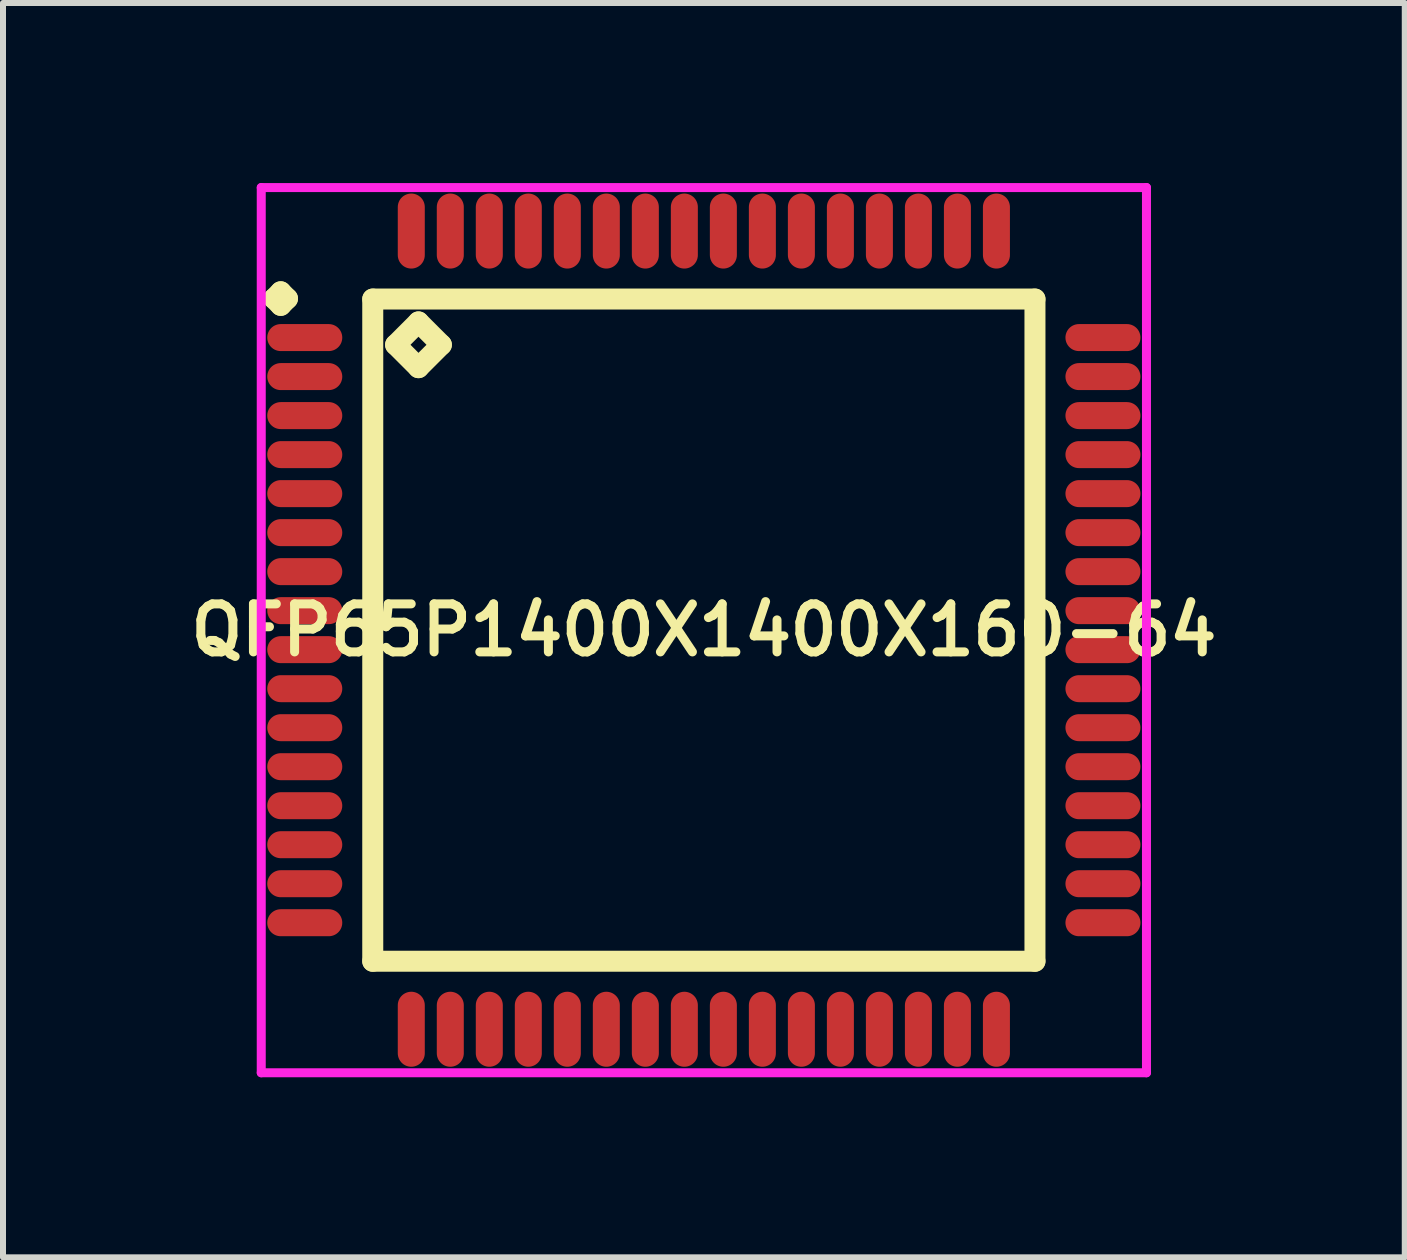
<source format=kicad_pcb>
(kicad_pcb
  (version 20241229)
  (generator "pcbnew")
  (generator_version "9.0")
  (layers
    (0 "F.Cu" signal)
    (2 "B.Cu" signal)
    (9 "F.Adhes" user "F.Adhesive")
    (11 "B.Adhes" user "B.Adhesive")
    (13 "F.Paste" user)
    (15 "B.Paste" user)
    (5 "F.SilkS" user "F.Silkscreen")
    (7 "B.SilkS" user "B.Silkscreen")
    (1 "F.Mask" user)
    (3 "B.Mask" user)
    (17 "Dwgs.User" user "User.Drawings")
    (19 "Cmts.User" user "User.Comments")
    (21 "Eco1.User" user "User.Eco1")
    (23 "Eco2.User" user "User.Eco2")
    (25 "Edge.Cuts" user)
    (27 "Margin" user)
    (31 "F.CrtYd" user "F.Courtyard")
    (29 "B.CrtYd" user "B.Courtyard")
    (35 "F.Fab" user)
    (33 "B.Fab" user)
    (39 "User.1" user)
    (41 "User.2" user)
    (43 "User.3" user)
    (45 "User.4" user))
  (footprint "QFP65P1400X1400X160-64"
    (layer "F.Cu")
    (at 8.678 7.45)
    (property "Reference" "QFP65P1400X1400X160-64" (at 0 0 0) (layer "F.SilkS") (effects (font (size 0.8 0.8) (thickness 0.15))))
    (attr smd)
    (fp_line (start -7.162 -5.525) (end -7.05 -5.638) (stroke (width 0.35) (type solid)) (layer "F.SilkS"))
    (fp_line (start -7.05 -5.638) (end -6.938 -5.525) (stroke (width 0.35) (type solid)) (layer "F.SilkS"))
    (fp_line (start -7.05 -5.412) (end -7.162 -5.525) (stroke (width 0.35) (type solid)) (layer "F.SilkS"))
    (fp_line (start -6.938 -5.525) (end -7.05 -5.412) (stroke (width 0.35) (type solid)) (layer "F.SilkS"))
    (fp_line (start -5.517 -5.517) (end -5.517 5.517) (stroke (width 0.35) (type solid)) (layer "F.SilkS"))
    (fp_line (start -5.517 5.517) (end 5.517 5.517) (stroke (width 0.35) (type solid)) (layer "F.SilkS"))
    (fp_line (start -5.136 -4.755) (end -4.755 -5.136) (stroke (width 0.35) (type solid)) (layer "F.SilkS"))
    (fp_line (start -4.755 -5.136) (end -4.374 -4.755) (stroke (width 0.35) (type solid)) (layer "F.SilkS"))
    (fp_line (start -4.755 -4.374) (end -5.136 -4.755) (stroke (width 0.35) (type solid)) (layer "F.SilkS"))
    (fp_line (start -4.374 -4.755) (end -4.755 -4.374) (stroke (width 0.35) (type solid)) (layer "F.SilkS"))
    (fp_line (start 5.517 -5.517) (end -5.517 -5.517) (stroke (width 0.35) (type solid)) (layer "F.SilkS"))
    (fp_line (start 5.517 5.517) (end 5.517 -5.517) (stroke (width 0.35) (type solid)) (layer "F.SilkS"))
    (fp_line (start -7.375 -7.375) (end 7.375 -7.375) (stroke (width 0.15) (type solid)) (layer "F.CrtYd"))
    (fp_line (start -7.375 7.375) (end -7.375 -7.375) (stroke (width 0.15) (type solid)) (layer "F.CrtYd"))
    (fp_line (start 7.375 -7.375) (end 7.375 7.375) (stroke (width 0.15) (type solid)) (layer "F.CrtYd"))
    (fp_line (start 7.375 7.375) (end -7.375 7.375) (stroke (width 0.15) (type solid)) (layer "F.CrtYd"))
    (pad "1" smd oval (at -6.65 -4.875) (size 1.25 0.45) (layers "F.Cu" "F.Mask" "F.Paste"))
    (pad "2" smd oval (at -6.65 -4.225) (size 1.25 0.45) (layers "F.Cu" "F.Mask" "F.Paste"))
    (pad "3" smd oval (at -6.65 -3.575) (size 1.25 0.45) (layers "F.Cu" "F.Mask" "F.Paste"))
    (pad "4" smd oval (at -6.65 -2.925) (size 1.25 0.45) (layers "F.Cu" "F.Mask" "F.Paste"))
    (pad "5" smd oval (at -6.65 -2.275) (size 1.25 0.45) (layers "F.Cu" "F.Mask" "F.Paste"))
    (pad "6" smd oval (at -6.65 -1.625) (size 1.25 0.45) (layers "F.Cu" "F.Mask" "F.Paste"))
    (pad "7" smd oval (at -6.65 -0.975) (size 1.25 0.45) (layers "F.Cu" "F.Mask" "F.Paste"))
    (pad "8" smd oval (at -6.65 -0.325) (size 1.25 0.45) (layers "F.Cu" "F.Mask" "F.Paste"))
    (pad "9" smd oval (at -6.65 0.325) (size 1.25 0.45) (layers "F.Cu" "F.Mask" "F.Paste"))
    (pad "10" smd oval (at -6.65 0.975) (size 1.25 0.45) (layers "F.Cu" "F.Mask" "F.Paste"))
    (pad "11" smd oval (at -6.65 1.625) (size 1.25 0.45) (layers "F.Cu" "F.Mask" "F.Paste"))
    (pad "12" smd oval (at -6.65 2.275) (size 1.25 0.45) (layers "F.Cu" "F.Mask" "F.Paste"))
    (pad "13" smd oval (at -6.65 2.925) (size 1.25 0.45) (layers "F.Cu" "F.Mask" "F.Paste"))
    (pad "14" smd oval (at -6.65 3.575) (size 1.25 0.45) (layers "F.Cu" "F.Mask" "F.Paste"))
    (pad "15" smd oval (at -6.65 4.225) (size 1.25 0.45) (layers "F.Cu" "F.Mask" "F.Paste"))
    (pad "16" smd oval (at -6.65 4.875) (size 1.25 0.45) (layers "F.Cu" "F.Mask" "F.Paste"))
    (pad "17" smd oval (at -4.875 6.65) (size 0.45 1.25) (layers "F.Cu" "F.Mask" "F.Paste"))
    (pad "18" smd oval (at -4.225 6.65) (size 0.45 1.25) (layers "F.Cu" "F.Mask" "F.Paste"))
    (pad "19" smd oval (at -3.575 6.65) (size 0.45 1.25) (layers "F.Cu" "F.Mask" "F.Paste"))
    (pad "20" smd oval (at -2.925 6.65) (size 0.45 1.25) (layers "F.Cu" "F.Mask" "F.Paste"))
    (pad "21" smd oval (at -2.275 6.65) (size 0.45 1.25) (layers "F.Cu" "F.Mask" "F.Paste"))
    (pad "22" smd oval (at -1.625 6.65) (size 0.45 1.25) (layers "F.Cu" "F.Mask" "F.Paste"))
    (pad "23" smd oval (at -0.975 6.65) (size 0.45 1.25) (layers "F.Cu" "F.Mask" "F.Paste"))
    (pad "24" smd oval (at -0.325 6.65) (size 0.45 1.25) (layers "F.Cu" "F.Mask" "F.Paste"))
    (pad "25" smd oval (at 0.325 6.65) (size 0.45 1.25) (layers "F.Cu" "F.Mask" "F.Paste"))
    (pad "26" smd oval (at 0.975 6.65) (size 0.45 1.25) (layers "F.Cu" "F.Mask" "F.Paste"))
    (pad "27" smd oval (at 1.625 6.65) (size 0.45 1.25) (layers "F.Cu" "F.Mask" "F.Paste"))
    (pad "28" smd oval (at 2.275 6.65) (size 0.45 1.25) (layers "F.Cu" "F.Mask" "F.Paste"))
    (pad "29" smd oval (at 2.925 6.65) (size 0.45 1.25) (layers "F.Cu" "F.Mask" "F.Paste"))
    (pad "30" smd oval (at 3.575 6.65) (size 0.45 1.25) (layers "F.Cu" "F.Mask" "F.Paste"))
    (pad "31" smd oval (at 4.225 6.65) (size 0.45 1.25) (layers "F.Cu" "F.Mask" "F.Paste"))
    (pad "32" smd oval (at 4.875 6.65) (size 0.45 1.25) (layers "F.Cu" "F.Mask" "F.Paste"))
    (pad "33" smd oval (at 6.65 4.875) (size 1.25 0.45) (layers "F.Cu" "F.Mask" "F.Paste"))
    (pad "34" smd oval (at 6.65 4.225) (size 1.25 0.45) (layers "F.Cu" "F.Mask" "F.Paste"))
    (pad "35" smd oval (at 6.65 3.575) (size 1.25 0.45) (layers "F.Cu" "F.Mask" "F.Paste"))
    (pad "36" smd oval (at 6.65 2.925) (size 1.25 0.45) (layers "F.Cu" "F.Mask" "F.Paste"))
    (pad "37" smd oval (at 6.65 2.275) (size 1.25 0.45) (layers "F.Cu" "F.Mask" "F.Paste"))
    (pad "38" smd oval (at 6.65 1.625) (size 1.25 0.45) (layers "F.Cu" "F.Mask" "F.Paste"))
    (pad "39" smd oval (at 6.65 0.975) (size 1.25 0.45) (layers "F.Cu" "F.Mask" "F.Paste"))
    (pad "40" smd oval (at 6.65 0.325) (size 1.25 0.45) (layers "F.Cu" "F.Mask" "F.Paste"))
    (pad "41" smd oval (at 6.65 -0.325) (size 1.25 0.45) (layers "F.Cu" "F.Mask" "F.Paste"))
    (pad "42" smd oval (at 6.65 -0.975) (size 1.25 0.45) (layers "F.Cu" "F.Mask" "F.Paste"))
    (pad "43" smd oval (at 6.65 -1.625) (size 1.25 0.45) (layers "F.Cu" "F.Mask" "F.Paste"))
    (pad "44" smd oval (at 6.65 -2.275) (size 1.25 0.45) (layers "F.Cu" "F.Mask" "F.Paste"))
    (pad "45" smd oval (at 6.65 -2.925) (size 1.25 0.45) (layers "F.Cu" "F.Mask" "F.Paste"))
    (pad "46" smd oval (at 6.65 -3.575) (size 1.25 0.45) (layers "F.Cu" "F.Mask" "F.Paste"))
    (pad "47" smd oval (at 6.65 -4.225) (size 1.25 0.45) (layers "F.Cu" "F.Mask" "F.Paste"))
    (pad "48" smd oval (at 6.65 -4.875) (size 1.25 0.45) (layers "F.Cu" "F.Mask" "F.Paste"))
    (pad "49" smd oval (at 4.875 -6.65) (size 0.45 1.25) (layers "F.Cu" "F.Mask" "F.Paste"))
    (pad "50" smd oval (at 4.225 -6.65) (size 0.45 1.25) (layers "F.Cu" "F.Mask" "F.Paste"))
    (pad "51" smd oval (at 3.575 -6.65) (size 0.45 1.25) (layers "F.Cu" "F.Mask" "F.Paste"))
    (pad "52" smd oval (at 2.925 -6.65) (size 0.45 1.25) (layers "F.Cu" "F.Mask" "F.Paste"))
    (pad "53" smd oval (at 2.275 -6.65) (size 0.45 1.25) (layers "F.Cu" "F.Mask" "F.Paste"))
    (pad "54" smd oval (at 1.625 -6.65) (size 0.45 1.25) (layers "F.Cu" "F.Mask" "F.Paste"))
    (pad "55" smd oval (at 0.975 -6.65) (size 0.45 1.25) (layers "F.Cu" "F.Mask" "F.Paste"))
    (pad "56" smd oval (at 0.325 -6.65) (size 0.45 1.25) (layers "F.Cu" "F.Mask" "F.Paste"))
    (pad "57" smd oval (at -0.325 -6.65) (size 0.45 1.25) (layers "F.Cu" "F.Mask" "F.Paste"))
    (pad "58" smd oval (at -0.975 -6.65) (size 0.45 1.25) (layers "F.Cu" "F.Mask" "F.Paste"))
    (pad "59" smd oval (at -1.625 -6.65) (size 0.45 1.25) (layers "F.Cu" "F.Mask" "F.Paste"))
    (pad "60" smd oval (at -2.275 -6.65) (size 0.45 1.25) (layers "F.Cu" "F.Mask" "F.Paste"))
    (pad "61" smd oval (at -2.925 -6.65) (size 0.45 1.25) (layers "F.Cu" "F.Mask" "F.Paste"))
    (pad "62" smd oval (at -3.575 -6.65) (size 0.45 1.25) (layers "F.Cu" "F.Mask" "F.Paste"))
    (pad "63" smd oval (at -4.225 -6.65) (size 0.45 1.25) (layers "F.Cu" "F.Mask" "F.Paste"))
    (pad "64" smd oval (at -4.875 -6.65) (size 0.45 1.25) (layers "F.Cu" "F.Mask" "F.Paste")))
  (gr_rect
    (start -3 -3)
    (end 20.357 17.9)
    (stroke (width 0.1) (type default))
    (fill no)
    (layer "Edge.Cuts")))
</source>
